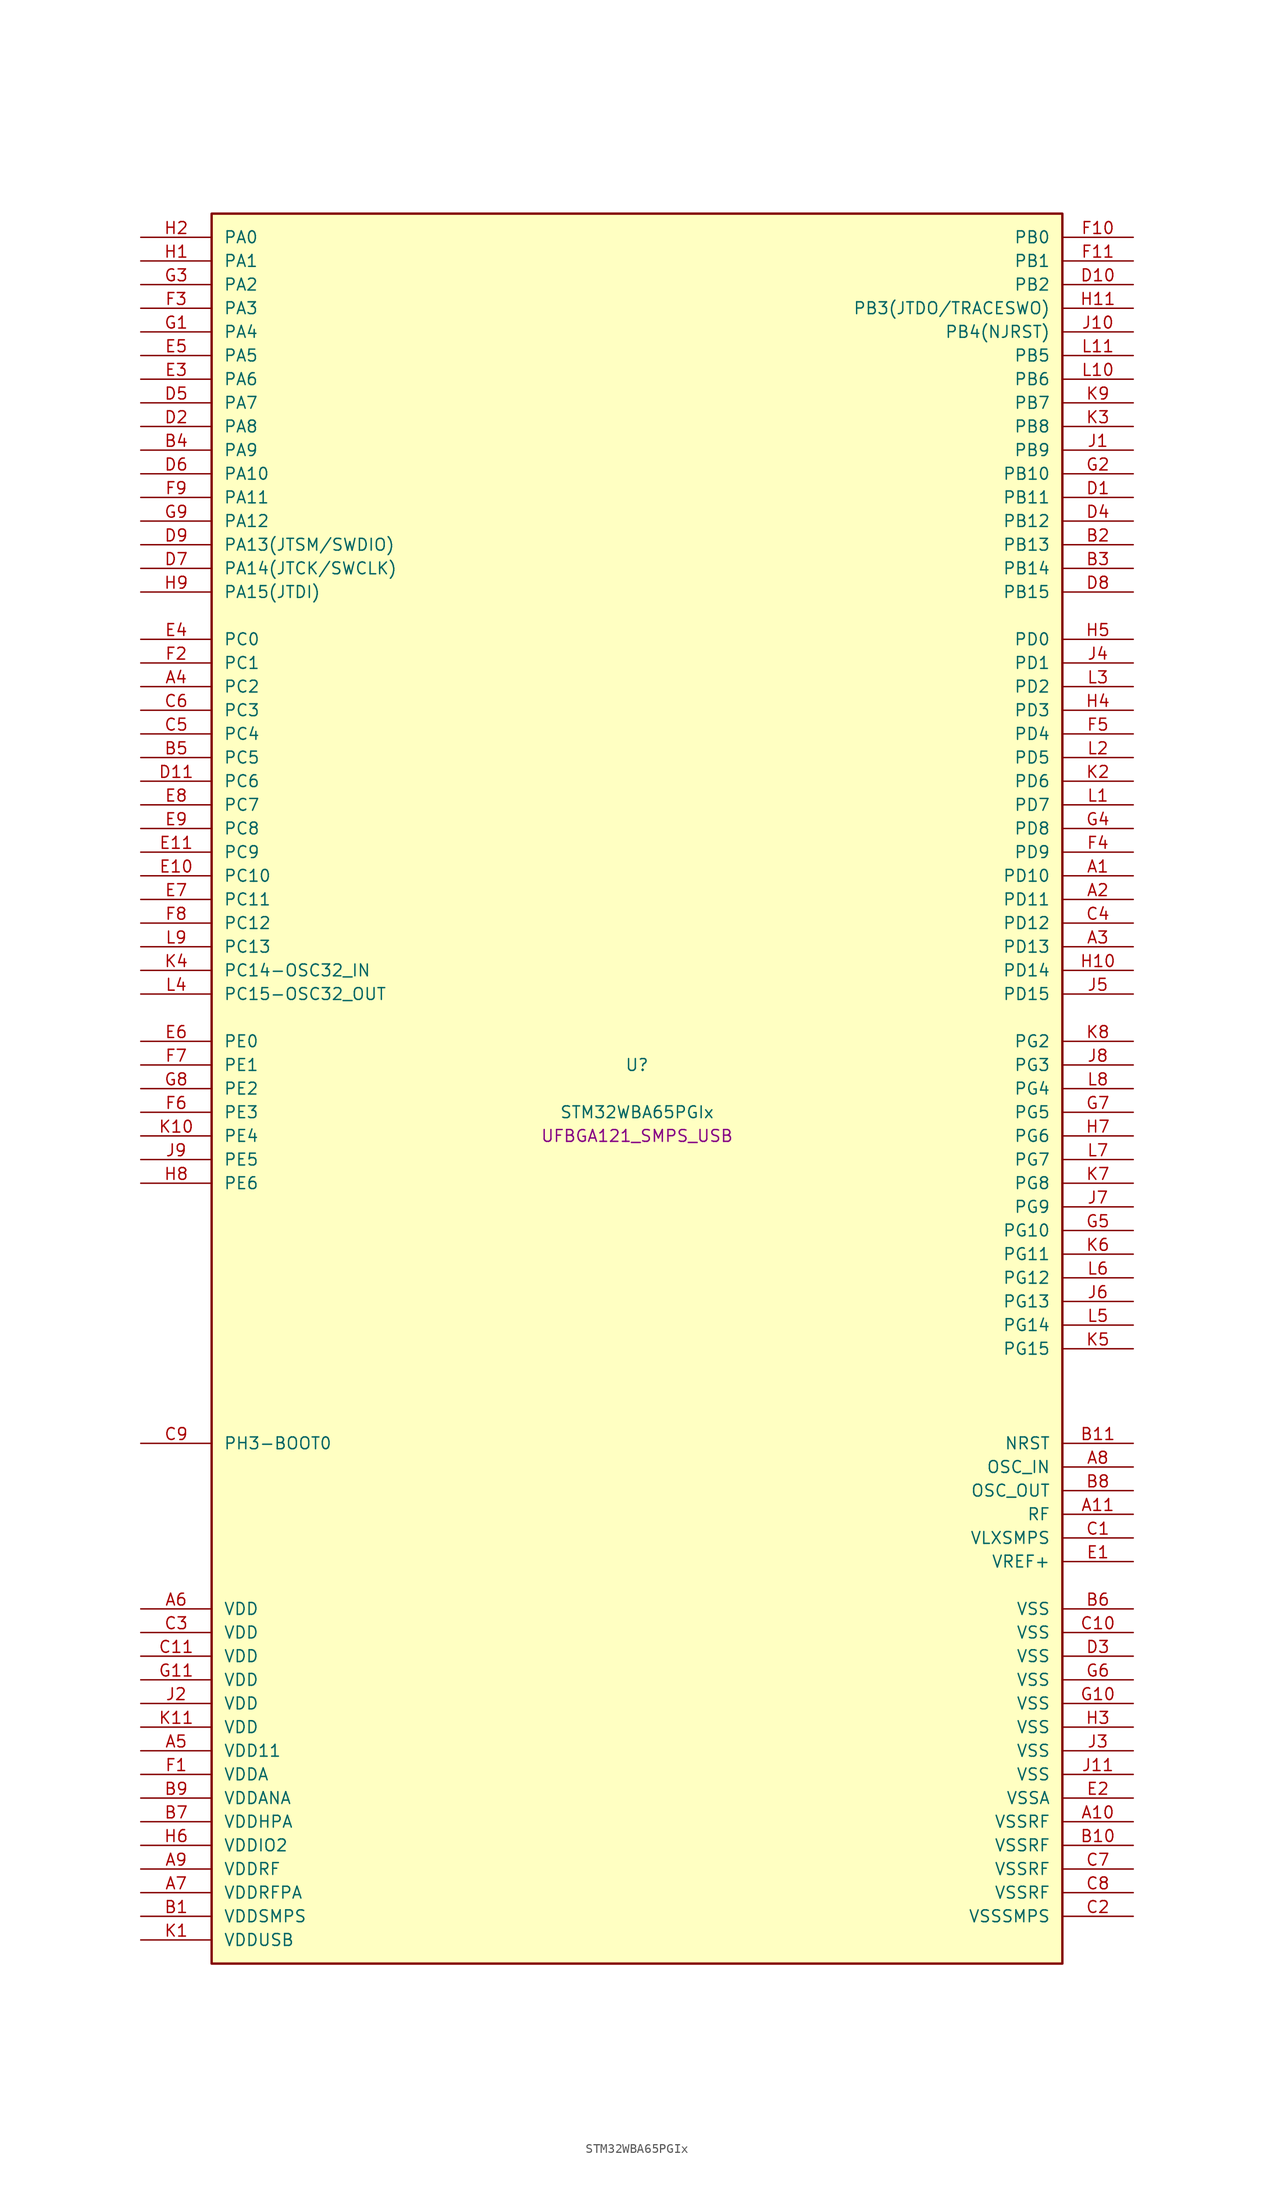
<source format=kicad_sym>
(kicad_symbol_lib
  (version 20241209)
  (generator "stm32_pkl_generator")
  (generator_version "1.0")
  (symbol "STM32WBA65PGIx"
    (pin_names
      (offset 1.27))
    (property "Reference" "U"
      (at 0 2.54 0))
    (property "Value" "STM32WBA65PGIx"
      (at 0 -2.54 0))
    (property "Footprint" "UFBGA121_SMPS_USB"
      (at 0 -5.08 0))
    (symbol "STM32WBA65PGIx_1_1"
      (rectangle (start -45.72 93.98) (end 45.72 -93.98) (stroke (width 0.254) (type solid)) (fill (type background)))
      (pin bidirectional line (at -53.34 91.44 0) (length 7.62) (name "PA0") (number "H2") (alternate "PA0/ADC4_IN9" bidirectional line) (alternate "PA0/COMP2_INP" bidirectional line) (alternate "PA0/LPTIM1_IN1" bidirectional line) (alternate "PA0/LPUART1_CTS" bidirectional line) (alternate "PA0/PWR_WKUP1" bidirectional line) (alternate "PA0/SPI3_SCK" bidirectional line) (alternate "PA0/TIM1_CH2N" bidirectional line) (alternate "PA0/TIM3_CH3" bidirectional line) (alternate "PA0/TIM3_ETR" bidirectional line) (alternate "PA0/TSC_G2_IO2" bidirectional line))
      (pin bidirectional line (at -53.34 88.9 0) (length 7.62) (name "PA1") (number "H1") (alternate "PA1/ADC4_IN8" bidirectional line) (alternate "PA1/COMP1_INM" bidirectional line) (alternate "PA1/LPTIM2_CH2" bidirectional line) (alternate "PA1/LPUART1_RX" bidirectional line) (alternate "PA1/PWR_WKUP3" bidirectional line) (alternate "PA1/SAI1_CK1" bidirectional line) (alternate "PA1/SPI1_RDY" bidirectional line) (alternate "PA1/SPI3_MISO" bidirectional line) (alternate "PA1/TIM17_CH1" bidirectional line) (alternate "PA1/TIM1_CH1N" bidirectional line) (alternate "PA1/TIM3_CH2" bidirectional line) (alternate "PA1/TSC_G2_IO1" bidirectional line) (alternate "PA1/USART1_CK" bidirectional line))
      (pin bidirectional line (at -53.34 86.36 0) (length 7.62) (name "PA2") (number "G3") (alternate "PA2/ADC4_IN7" bidirectional line) (alternate "PA2/COMP1_INP" bidirectional line) (alternate "PA2/LPUART1_TX" bidirectional line) (alternate "PA2/PWR_WKUP4" bidirectional line) (alternate "PA2/RCC_LSCO" bidirectional line) (alternate "PA2/SAI1_D1" bidirectional line) (alternate "PA2/TIM16_CH1" bidirectional line) (alternate "PA2/TIM1_BKIN" bidirectional line) (alternate "PA2/TIM3_CH1" bidirectional line) (alternate "PA2/TSC_G4_IO4" bidirectional line) (alternate "PA2/USART1_DE" bidirectional line) (alternate "PA2/USART1_RTS" bidirectional line))
      (pin bidirectional line (at -53.34 83.82 0) (length 7.62) (name "PA3") (number "F3") (alternate "PA3/ADC4_IN6" bidirectional line) (alternate "PA3/PWR_WKUP5" bidirectional line) (alternate "PA3/TIM16_CH1N" bidirectional line) (alternate "PA3/TSC_G4_IO2" bidirectional line) (alternate "PA3/USART1_DE" bidirectional line) (alternate "PA3/USART1_RTS" bidirectional line))
      (pin bidirectional line (at -53.34 81.28 0) (length 7.62) (name "PA4") (number "G1") (alternate "PA4/ADC4_IN5" bidirectional line) (alternate "PA4/AUDIOCLK" bidirectional line) (alternate "PA4/PWR_WKUP2" bidirectional line) (alternate "PA4/TAMP_IN6" bidirectional line) (alternate "PA4/TAMP_OUT3" bidirectional line) (alternate "PA4/TIM16_CH1" bidirectional line) (alternate "PA4/TSC_G4_IO1" bidirectional line) (alternate "PA4/USART1_CTS" bidirectional line))
      (pin bidirectional line (at -53.34 78.74 0) (length 7.62) (name "PA5") (number "E5") (alternate "PA5/ADC4_IN4" bidirectional line) (alternate "PA5/AUDIOCLK" bidirectional line) (alternate "PA5/LPTIM2_ETR" bidirectional line) (alternate "PA5/PWR_CSLEEP" bidirectional line) (alternate "PA5/PWR_WKUP6" bidirectional line) (alternate "PA5/SAI1_D2" bidirectional line) (alternate "PA5/SPI3_NSS" bidirectional line) (alternate "PA5/TIM2_CH1" bidirectional line) (alternate "PA5/TIM2_ETR" bidirectional line) (alternate "PA5/TSC_G1_IO4" bidirectional line) (alternate "PA5/USART1_CK" bidirectional line) (alternate "PA5/USART3_RX" bidirectional line))
      (pin bidirectional line (at -53.34 76.2 0) (length 7.62) (name "PA6") (number "E3") (alternate "PA6/ADC4_IN3" bidirectional line) (alternate "PA6/I2C3_SCL" bidirectional line) (alternate "PA6/PWR_CSTOP" bidirectional line) (alternate "PA6/PWR_WKUP7" bidirectional line) (alternate "PA6/SAI1_CK2" bidirectional line) (alternate "PA6/SAI1_MCLK_A" bidirectional line) (alternate "PA6/SPI3_RDY" bidirectional line) (alternate "PA6/TIM2_CH4" bidirectional line) (alternate "PA6/TSC_G1_IO3" bidirectional line) (alternate "PA6/USART1_DE" bidirectional line) (alternate "PA6/USART1_RTS" bidirectional line) (alternate "PA6/USART3_CTS" bidirectional line))
      (pin bidirectional line (at -53.34 73.66 0) (length 7.62) (name "PA7") (number "D5") (alternate "PA7/ADC4_IN2" bidirectional line) (alternate "PA7/COMP1_OUT" bidirectional line) (alternate "PA7/I2C3_SDA" bidirectional line) (alternate "PA7/PWR_WKUP8" bidirectional line) (alternate "PA7/SAI1_SCK_A" bidirectional line) (alternate "PA7/SPI3_SCK" bidirectional line) (alternate "PA7/TAMP_IN1" bidirectional line) (alternate "PA7/TAMP_OUT2" bidirectional line) (alternate "PA7/TIM2_CH3" bidirectional line) (alternate "PA7/TSC_G1_IO2" bidirectional line) (alternate "PA7/USART1_CTS" bidirectional line) (alternate "PA7/USART3_TX" bidirectional line))
      (pin bidirectional line (at -53.34 71.12 0) (length 7.62) (name "PA8") (number "D2") (alternate "PA8/ADC4_IN1" bidirectional line) (alternate "PA8/LPTIM1_CH2" bidirectional line) (alternate "PA8/RCC_MCO" bidirectional line) (alternate "PA8/SAI1_FS_A" bidirectional line) (alternate "PA8/SPI3_RDY" bidirectional line) (alternate "PA8/TIM2_CH2" bidirectional line) (alternate "PA8/TSC_G1_IO1" bidirectional line) (alternate "PA8/USART1_RX" bidirectional line) (alternate "PA8/USB_OTG_HS_SOF" bidirectional line))
      (pin bidirectional line (at -53.34 68.58 0) (length 7.62) (name "PA9") (number "B4") (alternate "PA9/LPUART1_DE" bidirectional line) (alternate "PA9/LPUART1_RTS" bidirectional line) (alternate "PA9/SAI1_CK1" bidirectional line) (alternate "PA9/SPI2_MISO" bidirectional line) (alternate "PA9/SPI2_SCK" bidirectional line) (alternate "PA9/TIM3_CH2" bidirectional line))
      (pin bidirectional line (at -53.34 66.04 0) (length 7.62) (name "PA10") (number "D6") (alternate "PA10/LPUART1_RX" bidirectional line) (alternate "PA10/SAI1_D1" bidirectional line) (alternate "PA10/SPI2_NSS" bidirectional line) (alternate "PA10/TIM3_CH1" bidirectional line))
      (pin bidirectional line (at -53.34 63.5 0) (length 7.62) (name "PA11") (number "F9") (alternate "PA11/LPTIM2_CH1" bidirectional line) (alternate "PA11/RF_ANTSW1" bidirectional line) (alternate "PA11/TIM1_CH1" bidirectional line) (alternate "PA11/USART2_RX" bidirectional line))
      (pin bidirectional line (at -53.34 60.96 0) (length 7.62) (name "PA12") (number "G9") (alternate "PA12/COMP2_OUT" bidirectional line) (alternate "PA12/PTA_STATUS" bidirectional line) (alternate "PA12/PWR_WKUP6" bidirectional line) (alternate "PA12/RF_ANTSW0" bidirectional line) (alternate "PA12/SPI1_NSS" bidirectional line) (alternate "PA12/TIM1_CH2" bidirectional line) (alternate "PA12/TSC_G3_IO4" bidirectional line) (alternate "PA12/USART2_TX" bidirectional line))
      (pin bidirectional line (at -53.34 58.42 0) (length 7.62) (name "PA13(JTSM/SWDIO)") (number "D9") (alternate "PA13(JTSM/SWDIO)/DEBUG_JTMS-SWDIO" bidirectional line) (alternate "PA13(JTSM/SWDIO)/IR_OUT" bidirectional line) (alternate "PA13(JTSM/SWDIO)/PTA_PRIORITY" bidirectional line))
      (pin bidirectional line (at -53.34 55.88 0) (length 7.62) (name "PA14(JTCK/SWCLK)") (number "D7") (alternate "PA14(JTCK/SWCLK)/COMP2_OUT" bidirectional line) (alternate "PA14(JTCK/SWCLK)/DEBUG_JTCK-SWCLK" bidirectional line) (alternate "PA14(JTCK/SWCLK)/I2C4_SMBA" bidirectional line) (alternate "PA14(JTCK/SWCLK)/PTA_STATUS" bidirectional line) (alternate "PA14(JTCK/SWCLK)/TAMP_IN3" bidirectional line) (alternate "PA14(JTCK/SWCLK)/TAMP_OUT6" bidirectional line) (alternate "PA14(JTCK/SWCLK)/USART2_TX" bidirectional line) (alternate "PA14(JTCK/SWCLK)/USB_OTG_HS_SOF" bidirectional line))
      (pin bidirectional line (at -53.34 53.34 0) (length 7.62) (name "PA15(JTDI)") (number "H9") (alternate "PA15(JTDI)/ADC4_EXTI15" bidirectional line) (alternate "PA15(JTDI)/DEBUG_JTDI" bidirectional line) (alternate "PA15(JTDI)/I2C1_SCL" bidirectional line) (alternate "PA15(JTDI)/LPTIM1_CH2" bidirectional line) (alternate "PA15(JTDI)/PTA_STATUS" bidirectional line) (alternate "PA15(JTDI)/SPI1_MOSI" bidirectional line) (alternate "PA15(JTDI)/TIM17_BKIN" bidirectional line) (alternate "PA15(JTDI)/TIM1_ETR" bidirectional line) (alternate "PA15(JTDI)/TSC_G3_IO3" bidirectional line) (alternate "PA15(JTDI)/USART2_DE" bidirectional line) (alternate "PA15(JTDI)/USART2_RTS" bidirectional line) (alternate "PA15(JTDI)/USART3_DE" bidirectional line) (alternate "PA15(JTDI)/USART3_RTS" bidirectional line))
      (pin bidirectional line (at 53.34 91.44 180) (length 7.62) (name "PB0") (number "F10") (alternate "PB0/LPTIM2_IN2" bidirectional line) (alternate "PB0/SPI2_MOSI" bidirectional line) (alternate "PB0/TIM1_CH3N" bidirectional line) (alternate "PB0/USART2_TX" bidirectional line) (alternate "PB0/USART3_CK" bidirectional line))
      (pin bidirectional line (at 53.34 88.9 180) (length 7.62) (name "PB1") (number "F11") (alternate "PB1/I2C1_SDA" bidirectional line) (alternate "PB1/I2C3_SDA" bidirectional line) (alternate "PB1/PWR_WKUP4" bidirectional line) (alternate "PB1/TIM1_CH2N" bidirectional line) (alternate "PB1/USART2_DE" bidirectional line) (alternate "PB1/USART2_RTS" bidirectional line) (alternate "PB1/USART3_DE" bidirectional line) (alternate "PB1/USART3_RTS" bidirectional line))
      (pin bidirectional line (at 53.34 86.36 180) (length 7.62) (name "PB2") (number "D10") (alternate "PB2/I2C1_SCL" bidirectional line) (alternate "PB2/I2C3_SCL" bidirectional line) (alternate "PB2/PWR_WKUP1" bidirectional line) (alternate "PB2/RF_ANTSW2" bidirectional line) (alternate "PB2/RTC_OUT2" bidirectional line) (alternate "PB2/TIM1_CH1N" bidirectional line) (alternate "PB2/USART2_CTS" bidirectional line))
      (pin bidirectional line (at 53.34 83.82 180) (length 7.62) (name "PB3(JTDO/TRACESWO)") (number "H11") (alternate "PB3(JTDO/TRACESWO)/DEBUG_JTDO-SWO" bidirectional line) (alternate "PB3(JTDO/TRACESWO)/I2C1_SDA" bidirectional line) (alternate "PB3(JTDO/TRACESWO)/LPTIM1_IN2" bidirectional line) (alternate "PB3(JTDO/TRACESWO)/PTA_ACTIVE" bidirectional line) (alternate "PB3(JTDO/TRACESWO)/SPI1_MISO" bidirectional line) (alternate "PB3(JTDO/TRACESWO)/TIM17_CH1N" bidirectional line) (alternate "PB3(JTDO/TRACESWO)/TIM1_CH4" bidirectional line) (alternate "PB3(JTDO/TRACESWO)/TSC_G3_IO2" bidirectional line) (alternate "PB3(JTDO/TRACESWO)/USART2_CK" bidirectional line))
      (pin bidirectional line (at 53.34 81.28 180) (length 7.62) (name "PB4(NJRST)") (number "J10") (alternate "PB4(NJRST)/DEBUG_NJTRST" bidirectional line) (alternate "PB4(NJRST)/LPTIM2_IN2" bidirectional line) (alternate "PB4(NJRST)/PTA_ACTIVE" bidirectional line) (alternate "PB4(NJRST)/PTA_PRIORITY" bidirectional line) (alternate "PB4(NJRST)/SAI1_MCLK_B" bidirectional line) (alternate "PB4(NJRST)/SPI1_SCK" bidirectional line) (alternate "PB4(NJRST)/TIM17_CH1" bidirectional line) (alternate "PB4(NJRST)/TIM1_CH3" bidirectional line) (alternate "PB4(NJRST)/TSC_G3_IO1" bidirectional line) (alternate "PB4(NJRST)/USART2_RX" bidirectional line))
      (pin bidirectional line (at 53.34 78.74 180) (length 7.62) (name "PB5") (number "L11") (alternate "PB5/LPUART1_TX" bidirectional line) (alternate "PB5/SAI1_D2" bidirectional line) (alternate "PB5/SAI1_FS_B" bidirectional line) (alternate "PB5/TIM3_CH1" bidirectional line) (alternate "PB5/TSC_G5_IO4" bidirectional line))
      (pin bidirectional line (at 53.34 76.2 180) (length 7.62) (name "PB6") (number "L10") (alternate "PB6/PWR_WKUP3" bidirectional line) (alternate "PB6/SAI1_SCK_B" bidirectional line) (alternate "PB6/TIM2_CH1" bidirectional line) (alternate "PB6/TIM2_ETR" bidirectional line) (alternate "PB6/TIM4_CH1" bidirectional line) (alternate "PB6/TSC_G5_IO3" bidirectional line))
      (pin bidirectional line (at 53.34 73.66 180) (length 7.62) (name "PB7") (number "K9") (alternate "PB7/PWR_WKUP5" bidirectional line) (alternate "PB7/SAI1_SD_B" bidirectional line) (alternate "PB7/TAMP_IN5" bidirectional line) (alternate "PB7/TAMP_OUT4" bidirectional line) (alternate "PB7/TIM1_CH4N" bidirectional line) (alternate "PB7/TIM4_CH2" bidirectional line) (alternate "PB7/TSC_G5_IO2" bidirectional line))
      (pin bidirectional line (at 53.34 71.12 180) (length 7.62) (name "PB8") (number "K3") (alternate "PB8/COMP1_OUT" bidirectional line) (alternate "PB8/LPTIM1_ETR" bidirectional line) (alternate "PB8/PWR_PVD_IN" bidirectional line) (alternate "PB8/SPI3_MOSI" bidirectional line) (alternate "PB8/TIM16_CH1N" bidirectional line) (alternate "PB8/TIM1_CH1" bidirectional line) (alternate "PB8/TIM3_ETR" bidirectional line) (alternate "PB8/TIM4_CH3" bidirectional line) (alternate "PB8/TSC_G2_IO4" bidirectional line) (alternate "PB8/USART2_RX" bidirectional line))
      (pin bidirectional line (at 53.34 68.58 180) (length 7.62) (name "PB9") (number "J1") (alternate "PB9/ADC4_IN10" bidirectional line) (alternate "PB9/COMP2_INM" bidirectional line) (alternate "PB9/IR_OUT" bidirectional line) (alternate "PB9/LPTIM2_IN1" bidirectional line) (alternate "PB9/LPUART1_DE" bidirectional line) (alternate "PB9/LPUART1_RTS" bidirectional line) (alternate "PB9/PWR_WKUP8" bidirectional line) (alternate "PB9/SPI2_NSS" bidirectional line) (alternate "PB9/SPI3_MISO" bidirectional line) (alternate "PB9/TIM16_CH1" bidirectional line) (alternate "PB9/TIM1_CH3N" bidirectional line) (alternate "PB9/TIM3_CH4" bidirectional line) (alternate "PB9/TIM4_CH4" bidirectional line) (alternate "PB9/TSC_G2_IO3" bidirectional line))
      (pin bidirectional line (at 53.34 66.04 180) (length 7.62) (name "PB10") (number "G2") (alternate "PB10/I2C2_SCL" bidirectional line) (alternate "PB10/I2C4_SCL" bidirectional line) (alternate "PB10/SPI2_SCK" bidirectional line) (alternate "PB10/TIM16_BKIN" bidirectional line) (alternate "PB10/TSC_G4_IO3" bidirectional line) (alternate "PB10/USART1_CK" bidirectional line) (alternate "PB10/USART3_TX" bidirectional line))
      (pin bidirectional line (at 53.34 63.5 180) (length 7.62) (name "PB11") (number "D1") (alternate "PB11/I2C2_SDA" bidirectional line) (alternate "PB11/I2C4_SDA" bidirectional line) (alternate "PB11/LPTIM1_CH1" bidirectional line) (alternate "PB11/LPTIM1_ETR" bidirectional line) (alternate "PB11/LPUART1_TX" bidirectional line) (alternate "PB11/SPI2_RDY" bidirectional line) (alternate "PB11/USART3_RX" bidirectional line))
      (pin bidirectional line (at 53.34 60.96 180) (length 7.62) (name "PB12") (number "D4") (alternate "PB12/I2C2_SMBA" bidirectional line) (alternate "PB12/SAI1_SD_A" bidirectional line) (alternate "PB12/SPI1_RDY" bidirectional line) (alternate "PB12/SPI2_NSS" bidirectional line) (alternate "PB12/TIM2_CH1" bidirectional line) (alternate "PB12/TIM2_ETR" bidirectional line) (alternate "PB12/TIM3_ETR" bidirectional line) (alternate "PB12/TSC_SYNC" bidirectional line) (alternate "PB12/USART1_TX" bidirectional line) (alternate "PB12/USART3_CK" bidirectional line))
      (pin bidirectional line (at 53.34 58.42 180) (length 7.62) (name "PB13") (number "B2") (alternate "PB13/I2C2_SCL" bidirectional line) (alternate "PB13/SPI2_SCK" bidirectional line) (alternate "PB13/TIM3_CH4" bidirectional line) (alternate "PB13/TSC_G6_IO2" bidirectional line) (alternate "PB13/USART3_CTS" bidirectional line))
      (pin bidirectional line (at 53.34 55.88 180) (length 7.62) (name "PB14") (number "B3") (alternate "PB14/I2C2_SDA" bidirectional line) (alternate "PB14/PWR_WKUP7" bidirectional line) (alternate "PB14/RTC_REFIN" bidirectional line) (alternate "PB14/SAI1_SD_A" bidirectional line) (alternate "PB14/SPI2_MISO" bidirectional line) (alternate "PB14/TIM3_CH3" bidirectional line) (alternate "PB14/TSC_G6_IO1" bidirectional line) (alternate "PB14/USART1_TX" bidirectional line) (alternate "PB14/USART3_DE" bidirectional line) (alternate "PB14/USART3_RTS" bidirectional line))
      (pin bidirectional line (at 53.34 53.34 180) (length 7.62) (name "PB15") (number "D8") (alternate "PB15/ADC4_EXTI15" bidirectional line) (alternate "PB15/I2C1_SMBA" bidirectional line) (alternate "PB15/I2C3_SMBA" bidirectional line) (alternate "PB15/LPUART1_CTS" bidirectional line) (alternate "PB15/PTA_GRANT" bidirectional line) (alternate "PB15/RF_EXTPABYP" bidirectional line) (alternate "PB15/TIM16_BKIN" bidirectional line) (alternate "PB15/TIM1_BKIN2" bidirectional line) (alternate "PB15/USART2_CTS" bidirectional line))
      (pin bidirectional line (at -53.34 48.26 0) (length 7.62) (name "PC0") (number "E4") (alternate "PC0/I2C3_SCL" bidirectional line) (alternate "PC0/LPTIM1_IN1" bidirectional line) (alternate "PC0/LPTIM2_IN1" bidirectional line) (alternate "PC0/LPUART1_RX" bidirectional line) (alternate "PC0/SPI2_RDY" bidirectional line))
      (pin bidirectional line (at -53.34 45.72 0) (length 7.62) (name "PC1") (number "F2") (alternate "PC1/I2C3_SDA" bidirectional line) (alternate "PC1/LPTIM1_CH1" bidirectional line) (alternate "PC1/LPUART1_TX" bidirectional line) (alternate "PC1/SAI1_SD_A" bidirectional line) (alternate "PC1/SPI2_MOSI" bidirectional line))
      (pin bidirectional line (at -53.34 43.18 0) (length 7.62) (name "PC2") (number "A4") (alternate "PC2/LPTIM1_IN2" bidirectional line) (alternate "PC2/SPI2_MISO" bidirectional line))
      (pin bidirectional line (at -53.34 40.64 0) (length 7.62) (name "PC3") (number "C6") (alternate "PC3/LPTIM1_ETR" bidirectional line) (alternate "PC3/LPTIM2_ETR" bidirectional line) (alternate "PC3/SAI1_D1" bidirectional line) (alternate "PC3/SAI1_SD_A" bidirectional line) (alternate "PC3/SPI2_MOSI" bidirectional line) (alternate "PC3/SPI3_MOSI" bidirectional line) (alternate "PC3/TIM3_CH1" bidirectional line))
      (pin bidirectional line (at -53.34 38.1 0) (length 7.62) (name "PC4") (number "C5") (alternate "PC4/LPTIM2_CH2" bidirectional line) (alternate "PC4/SAI1_D2" bidirectional line) (alternate "PC4/SAI1_FS_A" bidirectional line) (alternate "PC4/SPI3_MISO" bidirectional line) (alternate "PC4/TIM3_CH2" bidirectional line) (alternate "PC4/USART3_TX" bidirectional line))
      (pin bidirectional line (at -53.34 35.56 0) (length 7.62) (name "PC5") (number "B5") (alternate "PC5/SAI1_D3" bidirectional line) (alternate "PC5/SAI1_SD_B" bidirectional line) (alternate "PC5/TIM1_CH4N" bidirectional line) (alternate "PC5/USART3_RX" bidirectional line))
      (pin bidirectional line (at -53.34 33.02 0) (length 7.62) (name "PC6") (number "D11") (alternate "PC6/PWR_CSLEEP" bidirectional line) (alternate "PC6/TIM3_CH1" bidirectional line))
      (pin bidirectional line (at -53.34 30.48 0) (length 7.62) (name "PC7") (number "E8") (alternate "PC7/LPTIM2_CH2" bidirectional line) (alternate "PC7/PWR_CSTOP" bidirectional line) (alternate "PC7/TIM3_CH2" bidirectional line) (alternate "PC7/USART2_DE" bidirectional line) (alternate "PC7/USART2_RTS" bidirectional line))
      (pin bidirectional line (at -53.34 27.94 0) (length 7.62) (name "PC8") (number "E9") (alternate "PC8/TIM3_CH3" bidirectional line) (alternate "PC8/USART2_RX" bidirectional line))
      (pin bidirectional line (at -53.34 25.4 0) (length 7.62) (name "PC9") (number "E11") (alternate "PC9/TIM3_CH4" bidirectional line) (alternate "PC9/USART2_TX" bidirectional line))
      (pin bidirectional line (at -53.34 22.86 0) (length 7.62) (name "PC10") (number "E10") (alternate "PC10/SPI3_SCK" bidirectional line) (alternate "PC10/USART3_TX" bidirectional line))
      (pin bidirectional line (at -53.34 20.32 0) (length 7.62) (name "PC11") (number "E7") (alternate "PC11/SPI3_MISO" bidirectional line) (alternate "PC11/USART3_RX" bidirectional line))
      (pin bidirectional line (at -53.34 17.78 0) (length 7.62) (name "PC12") (number "F8") (alternate "PC12/SPI3_MOSI" bidirectional line) (alternate "PC12/USART3_CK" bidirectional line))
      (pin bidirectional line (at -53.34 15.24 0) (length 7.62) (name "PC13") (number "L9") (alternate "PC13/PWR_WKUP2" bidirectional line) (alternate "PC13/RTC_OUT1" bidirectional line) (alternate "PC13/RTC_TS" bidirectional line) (alternate "PC13/TAMP_IN4" bidirectional line) (alternate "PC13/TAMP_OUT5" bidirectional line) (alternate "PC13/TIM1_BKIN2" bidirectional line) (alternate "PC13/TSC_G5_IO1" bidirectional line))
      (pin bidirectional line (at -53.34 12.7 0) (length 7.62) (name "PC14-OSC32_IN") (number "K4") (alternate "PC14-OSC32_IN/RCC_OSC32_IN" bidirectional line))
      (pin bidirectional line (at -53.34 10.16 0) (length 7.62) (name "PC15-OSC32_OUT") (number "L4") (alternate "PC15-OSC32_OUT/ADC4_EXTI15" bidirectional line) (alternate "PC15-OSC32_OUT/RCC_OSC32_OUT" bidirectional line))
      (pin bidirectional line (at 53.34 48.26 180) (length 7.62) (name "PD0") (number "H5") (alternate "PD0/SPI2_NSS" bidirectional line) (alternate "PD0/TSC_G8_IO3" bidirectional line))
      (pin bidirectional line (at 53.34 45.72 180) (length 7.62) (name "PD1") (number "J4") (alternate "PD1/SPI2_SCK" bidirectional line) (alternate "PD1/TSC_G8_IO2" bidirectional line))
      (pin bidirectional line (at 53.34 43.18 180) (length 7.62) (name "PD2") (number "L3") (alternate "PD2/TIM3_ETR" bidirectional line) (alternate "PD2/TSC_SYNC" bidirectional line) (alternate "PD2/USART3_DE" bidirectional line) (alternate "PD2/USART3_RTS" bidirectional line))
      (pin bidirectional line (at 53.34 40.64 180) (length 7.62) (name "PD3") (number "H4") (alternate "PD3/SPI2_MISO" bidirectional line) (alternate "PD3/SPI2_SCK" bidirectional line) (alternate "PD3/TSC_G8_IO1" bidirectional line) (alternate "PD3/USART2_CTS" bidirectional line))
      (pin bidirectional line (at 53.34 38.1 180) (length 7.62) (name "PD4") (number "F5") (alternate "PD4/LPTIM2_IN2" bidirectional line) (alternate "PD4/USART3_RX" bidirectional line))
      (pin bidirectional line (at 53.34 35.56 180) (length 7.62) (name "PD5") (number "L2") (alternate "PD5/SAI1_D1" bidirectional line) (alternate "PD5/SAI1_SD_A" bidirectional line) (alternate "PD5/SPI3_MOSI" bidirectional line) (alternate "PD5/USART2_RX" bidirectional line))
      (pin bidirectional line (at 53.34 33.02 180) (length 7.62) (name "PD6") (number "K2") (alternate "PD6/USB_OTG_HS_DP" bidirectional line))
      (pin bidirectional line (at 53.34 30.48 180) (length 7.62) (name "PD7") (number "L1") (alternate "PD7/USB_OTG_HS_DM" bidirectional line))
      (pin bidirectional line (at 53.34 27.94 180) (length 7.62) (name "PD8") (number "G4") (alternate "PD8/USART2_CK" bidirectional line) (alternate "PD8/USB_OTG_HS_ID" bidirectional line))
      (pin bidirectional line (at 53.34 25.4 180) (length 7.62) (name "PD9") (number "F4") (alternate "PD9/USART2_TX" bidirectional line) (alternate "PD9/USART3_TX" bidirectional line) (alternate "PD9/USB_OTG_HS_VBUS" bidirectional line))
      (pin bidirectional line (at 53.34 22.86 180) (length 7.62) (name "PD10") (number "A1") (alternate "PD10/LPTIM2_CH2" bidirectional line) (alternate "PD10/USART3_CK" bidirectional line))
      (pin bidirectional line (at 53.34 20.32 180) (length 7.62) (name "PD11") (number "A2") (alternate "PD11/I2C4_SMBA" bidirectional line) (alternate "PD11/LPTIM2_ETR" bidirectional line) (alternate "PD11/USART3_CTS" bidirectional line))
      (pin bidirectional line (at 53.34 17.78 180) (length 7.62) (name "PD12") (number "C4") (alternate "PD12/I2C4_SCL" bidirectional line) (alternate "PD12/LPTIM2_IN1" bidirectional line) (alternate "PD12/TIM4_CH1" bidirectional line) (alternate "PD12/TSC_G6_IO3" bidirectional line) (alternate "PD12/USART3_DE" bidirectional line) (alternate "PD12/USART3_RTS" bidirectional line))
      (pin bidirectional line (at 53.34 15.24 180) (length 7.62) (name "PD13") (number "A3") (alternate "PD13/I2C4_SDA" bidirectional line) (alternate "PD13/LPTIM2_CH1" bidirectional line) (alternate "PD13/TIM4_CH2" bidirectional line) (alternate "PD13/TSC_G6_IO4" bidirectional line))
      (pin bidirectional line (at 53.34 12.7 180) (length 7.62) (name "PD14") (number "H10") (alternate "PD14/DEBUG_TRACED3" bidirectional line) (alternate "PD14/TIM4_CH3" bidirectional line))
      (pin bidirectional line (at 53.34 10.16 180) (length 7.62) (name "PD15") (number "J5") (alternate "PD15/ADC4_EXTI15" bidirectional line) (alternate "PD15/TIM4_CH4" bidirectional line) (alternate "PD15/TSC_G8_IO4" bidirectional line))
      (pin bidirectional line (at -53.34 5.08 0) (length 7.62) (name "PE0") (number "E6") (alternate "PE0/DEBUG_TRACECLK" bidirectional line) (alternate "PE0/TIM16_CH1" bidirectional line) (alternate "PE0/TIM4_ETR" bidirectional line) (alternate "PE0/TSC_G7_IO4" bidirectional line))
      (pin bidirectional line (at -53.34 2.54 0) (length 7.62) (name "PE1") (number "F7") (alternate "PE1/DEBUG_TRACED0" bidirectional line) (alternate "PE1/TIM17_CH1" bidirectional line) (alternate "PE1/TSC_G7_IO3" bidirectional line))
      (pin bidirectional line (at -53.34 0 0) (length 7.62) (name "PE2") (number "G8") (alternate "PE2/DEBUG_TRACED1" bidirectional line) (alternate "PE2/SAI1_CK1" bidirectional line) (alternate "PE2/SAI1_MCLK_A" bidirectional line) (alternate "PE2/TIM3_ETR" bidirectional line) (alternate "PE2/TSC_G7_IO2" bidirectional line))
      (pin bidirectional line (at -53.34 -2.54 0) (length 7.62) (name "PE3") (number "F6") (alternate "PE3/DEBUG_TRACED2" bidirectional line) (alternate "PE3/SAI1_SD_B" bidirectional line) (alternate "PE3/TIM3_CH1" bidirectional line) (alternate "PE3/TSC_G7_IO1" bidirectional line))
      (pin bidirectional line (at -53.34 -5.08 0) (length 7.62) (name "PE4") (number "K10") (alternate "PE4/SAI1_D2" bidirectional line) (alternate "PE4/SAI1_FS_A" bidirectional line) (alternate "PE4/TIM3_CH2" bidirectional line))
      (pin bidirectional line (at -53.34 -7.62 0) (length 7.62) (name "PE5") (number "J9") (alternate "PE5/SAI1_CK2" bidirectional line) (alternate "PE5/SAI1_SCK_A" bidirectional line) (alternate "PE5/TIM3_CH3" bidirectional line))
      (pin bidirectional line (at -53.34 -10.16 0) (length 7.62) (name "PE6") (number "H8") (alternate "PE6/SAI1_D1" bidirectional line) (alternate "PE6/SAI1_SD_A" bidirectional line) (alternate "PE6/TIM3_CH4" bidirectional line))
      (pin bidirectional line (at 53.34 5.08 180) (length 7.62) (name "PG2") (number "K8") (alternate "PG2/SAI1_SCK_B" bidirectional line) (alternate "PG2/SPI1_SCK" bidirectional line))
      (pin bidirectional line (at 53.34 2.54 180) (length 7.62) (name "PG3") (number "J8") (alternate "PG3/SAI1_FS_B" bidirectional line) (alternate "PG3/SPI1_MISO" bidirectional line))
      (pin bidirectional line (at 53.34 0 180) (length 7.62) (name "PG4") (number "L8") (alternate "PG4/SAI1_MCLK_B" bidirectional line) (alternate "PG4/SPI1_MOSI" bidirectional line))
      (pin bidirectional line (at 53.34 -2.54 180) (length 7.62) (name "PG5") (number "G7") (alternate "PG5/LPUART1_CTS" bidirectional line) (alternate "PG5/SAI1_SD_B" bidirectional line) (alternate "PG5/SPI1_NSS" bidirectional line))
      (pin bidirectional line (at 53.34 -5.08 180) (length 7.62) (name "PG6") (number "H7") (alternate "PG6/I2C3_SMBA" bidirectional line) (alternate "PG6/LPUART1_DE" bidirectional line) (alternate "PG6/LPUART1_RTS" bidirectional line) (alternate "PG6/SPI1_RDY" bidirectional line))
      (pin bidirectional line (at 53.34 -7.62 180) (length 7.62) (name "PG7") (number "L7") (alternate "PG7/I2C3_SCL" bidirectional line) (alternate "PG7/LPUART1_TX" bidirectional line) (alternate "PG7/SAI1_CK1" bidirectional line) (alternate "PG7/SAI1_MCLK_A" bidirectional line))
      (pin bidirectional line (at 53.34 -10.16 180) (length 7.62) (name "PG8") (number "K7") (alternate "PG8/I2C3_SDA" bidirectional line) (alternate "PG8/LPUART1_RX" bidirectional line))
      (pin bidirectional line (at 53.34 -12.7 180) (length 7.62) (name "PG9") (number "J7") (alternate "PG9/SAI1_SCK_A" bidirectional line) (alternate "PG9/SPI3_SCK" bidirectional line) (alternate "PG9/USART1_TX" bidirectional line))
      (pin bidirectional line (at 53.34 -15.24 180) (length 7.62) (name "PG10") (number "G5") (alternate "PG10/LPTIM1_IN1" bidirectional line) (alternate "PG10/SAI1_FS_A" bidirectional line) (alternate "PG10/SPI3_MISO" bidirectional line) (alternate "PG10/USART1_RX" bidirectional line))
      (pin bidirectional line (at 53.34 -17.78 180) (length 7.62) (name "PG11") (number "K6") (alternate "PG11/LPTIM1_IN2" bidirectional line) (alternate "PG11/SAI1_MCLK_A" bidirectional line) (alternate "PG11/SPI3_MOSI" bidirectional line) (alternate "PG11/USART1_CTS" bidirectional line))
      (pin bidirectional line (at 53.34 -20.32 180) (length 7.62) (name "PG12") (number "L6") (alternate "PG12/LPTIM1_ETR" bidirectional line) (alternate "PG12/SAI1_SD_A" bidirectional line) (alternate "PG12/SPI3_NSS" bidirectional line) (alternate "PG12/USART1_DE" bidirectional line) (alternate "PG12/USART1_RTS" bidirectional line))
      (pin bidirectional line (at 53.34 -22.86 180) (length 7.62) (name "PG13") (number "J6") (alternate "PG13/I2C1_SDA" bidirectional line) (alternate "PG13/SPI3_RDY" bidirectional line) (alternate "PG13/USART1_CK" bidirectional line))
      (pin bidirectional line (at 53.34 -25.4 180) (length 7.62) (name "PG14") (number "L5") (alternate "PG14/I2C1_SCL" bidirectional line) (alternate "PG14/LPTIM1_CH2" bidirectional line))
      (pin bidirectional line (at 53.34 -27.94 180) (length 7.62) (name "PG15") (number "K5") (alternate "PG15/ADC4_EXTI15" bidirectional line) (alternate "PG15/I2C1_SMBA" bidirectional line) (alternate "PG15/LPTIM1_CH1" bidirectional line))
      (pin bidirectional line (at -53.34 -38.1 0) (length 7.62) (name "PH3-BOOT0") (number "C9") (alternate "PH3-BOOT0/PTA_GRANT" bidirectional line) (alternate "PH3-BOOT0/RF_EXTPABYP" bidirectional line) (alternate "PH3-BOOT0/TAMP_IN2" bidirectional line) (alternate "PH3-BOOT0/TAMP_OUT1" bidirectional line))
      (pin input line (at 53.34 -38.1 180) (length 7.62) (name "NRST") (number "B11"))
      (pin bidirectional line (at 53.34 -40.64 180) (length 7.62) (name "OSC_IN") (number "A8") (alternate "OSC_IN/RCC_OSC_IN" bidirectional line))
      (pin bidirectional line (at 53.34 -43.18 180) (length 7.62) (name "OSC_OUT") (number "B8") (alternate "OSC_OUT/RCC_OSC_OUT" bidirectional line))
      (pin bidirectional line (at 53.34 -45.72 180) (length 7.62) (name "RF") (number "A11"))
      (pin power_in line (at 53.34 -48.26 180) (length 7.62) (name "VLXSMPS") (number "C1"))
      (pin bidirectional line (at 53.34 -50.8 180) (length 7.62) (name "VREF+") (number "E1"))
      (pin power_in line (at -53.34 -55.88 0) (length 7.62) (name "VDD") (number "A6"))
      (pin power_in line (at -53.34 -58.42 0) (length 7.62) (name "VDD") (number "C3"))
      (pin power_in line (at -53.34 -60.96 0) (length 7.62) (name "VDD") (number "C11"))
      (pin power_in line (at -53.34 -63.5 0) (length 7.62) (name "VDD") (number "G11"))
      (pin power_in line (at -53.34 -66.04 0) (length 7.62) (name "VDD") (number "J2"))
      (pin power_in line (at -53.34 -68.58 0) (length 7.62) (name "VDD") (number "K11"))
      (pin power_in line (at -53.34 -71.12 0) (length 7.62) (name "VDD11") (number "A5"))
      (pin power_in line (at -53.34 -73.66 0) (length 7.62) (name "VDDA") (number "F1"))
      (pin power_in line (at -53.34 -76.2 0) (length 7.62) (name "VDDANA") (number "B9"))
      (pin power_in line (at -53.34 -78.74 0) (length 7.62) (name "VDDHPA") (number "B7"))
      (pin power_in line (at -53.34 -81.28 0) (length 7.62) (name "VDDIO2") (number "H6"))
      (pin power_in line (at -53.34 -83.82 0) (length 7.62) (name "VDDRF") (number "A9"))
      (pin power_in line (at -53.34 -86.36 0) (length 7.62) (name "VDDRFPA") (number "A7"))
      (pin power_in line (at -53.34 -88.9 0) (length 7.62) (name "VDDSMPS") (number "B1"))
      (pin power_in line (at -53.34 -91.44 0) (length 7.62) (name "VDDUSB") (number "K1"))
      (pin power_in line (at 53.34 -55.88 180) (length 7.62) (name "VSS") (number "B6"))
      (pin power_in line (at 53.34 -58.42 180) (length 7.62) (name "VSS") (number "C10"))
      (pin power_in line (at 53.34 -60.96 180) (length 7.62) (name "VSS") (number "D3"))
      (pin power_in line (at 53.34 -63.5 180) (length 7.62) (name "VSS") (number "G6"))
      (pin power_in line (at 53.34 -66.04 180) (length 7.62) (name "VSS") (number "G10"))
      (pin power_in line (at 53.34 -68.58 180) (length 7.62) (name "VSS") (number "H3"))
      (pin power_in line (at 53.34 -71.12 180) (length 7.62) (name "VSS") (number "J3"))
      (pin power_in line (at 53.34 -73.66 180) (length 7.62) (name "VSS") (number "J11"))
      (pin power_in line (at 53.34 -76.2 180) (length 7.62) (name "VSSA") (number "E2"))
      (pin power_in line (at 53.34 -78.74 180) (length 7.62) (name "VSSRF") (number "A10"))
      (pin power_in line (at 53.34 -81.28 180) (length 7.62) (name "VSSRF") (number "B10"))
      (pin power_in line (at 53.34 -83.82 180) (length 7.62) (name "VSSRF") (number "C7"))
      (pin power_in line (at 53.34 -86.36 180) (length 7.62) (name "VSSRF") (number "C8"))
      (pin power_in line (at 53.34 -88.9 180) (length 7.62) (name "VSSSMPS") (number "C2")))))
</source>
